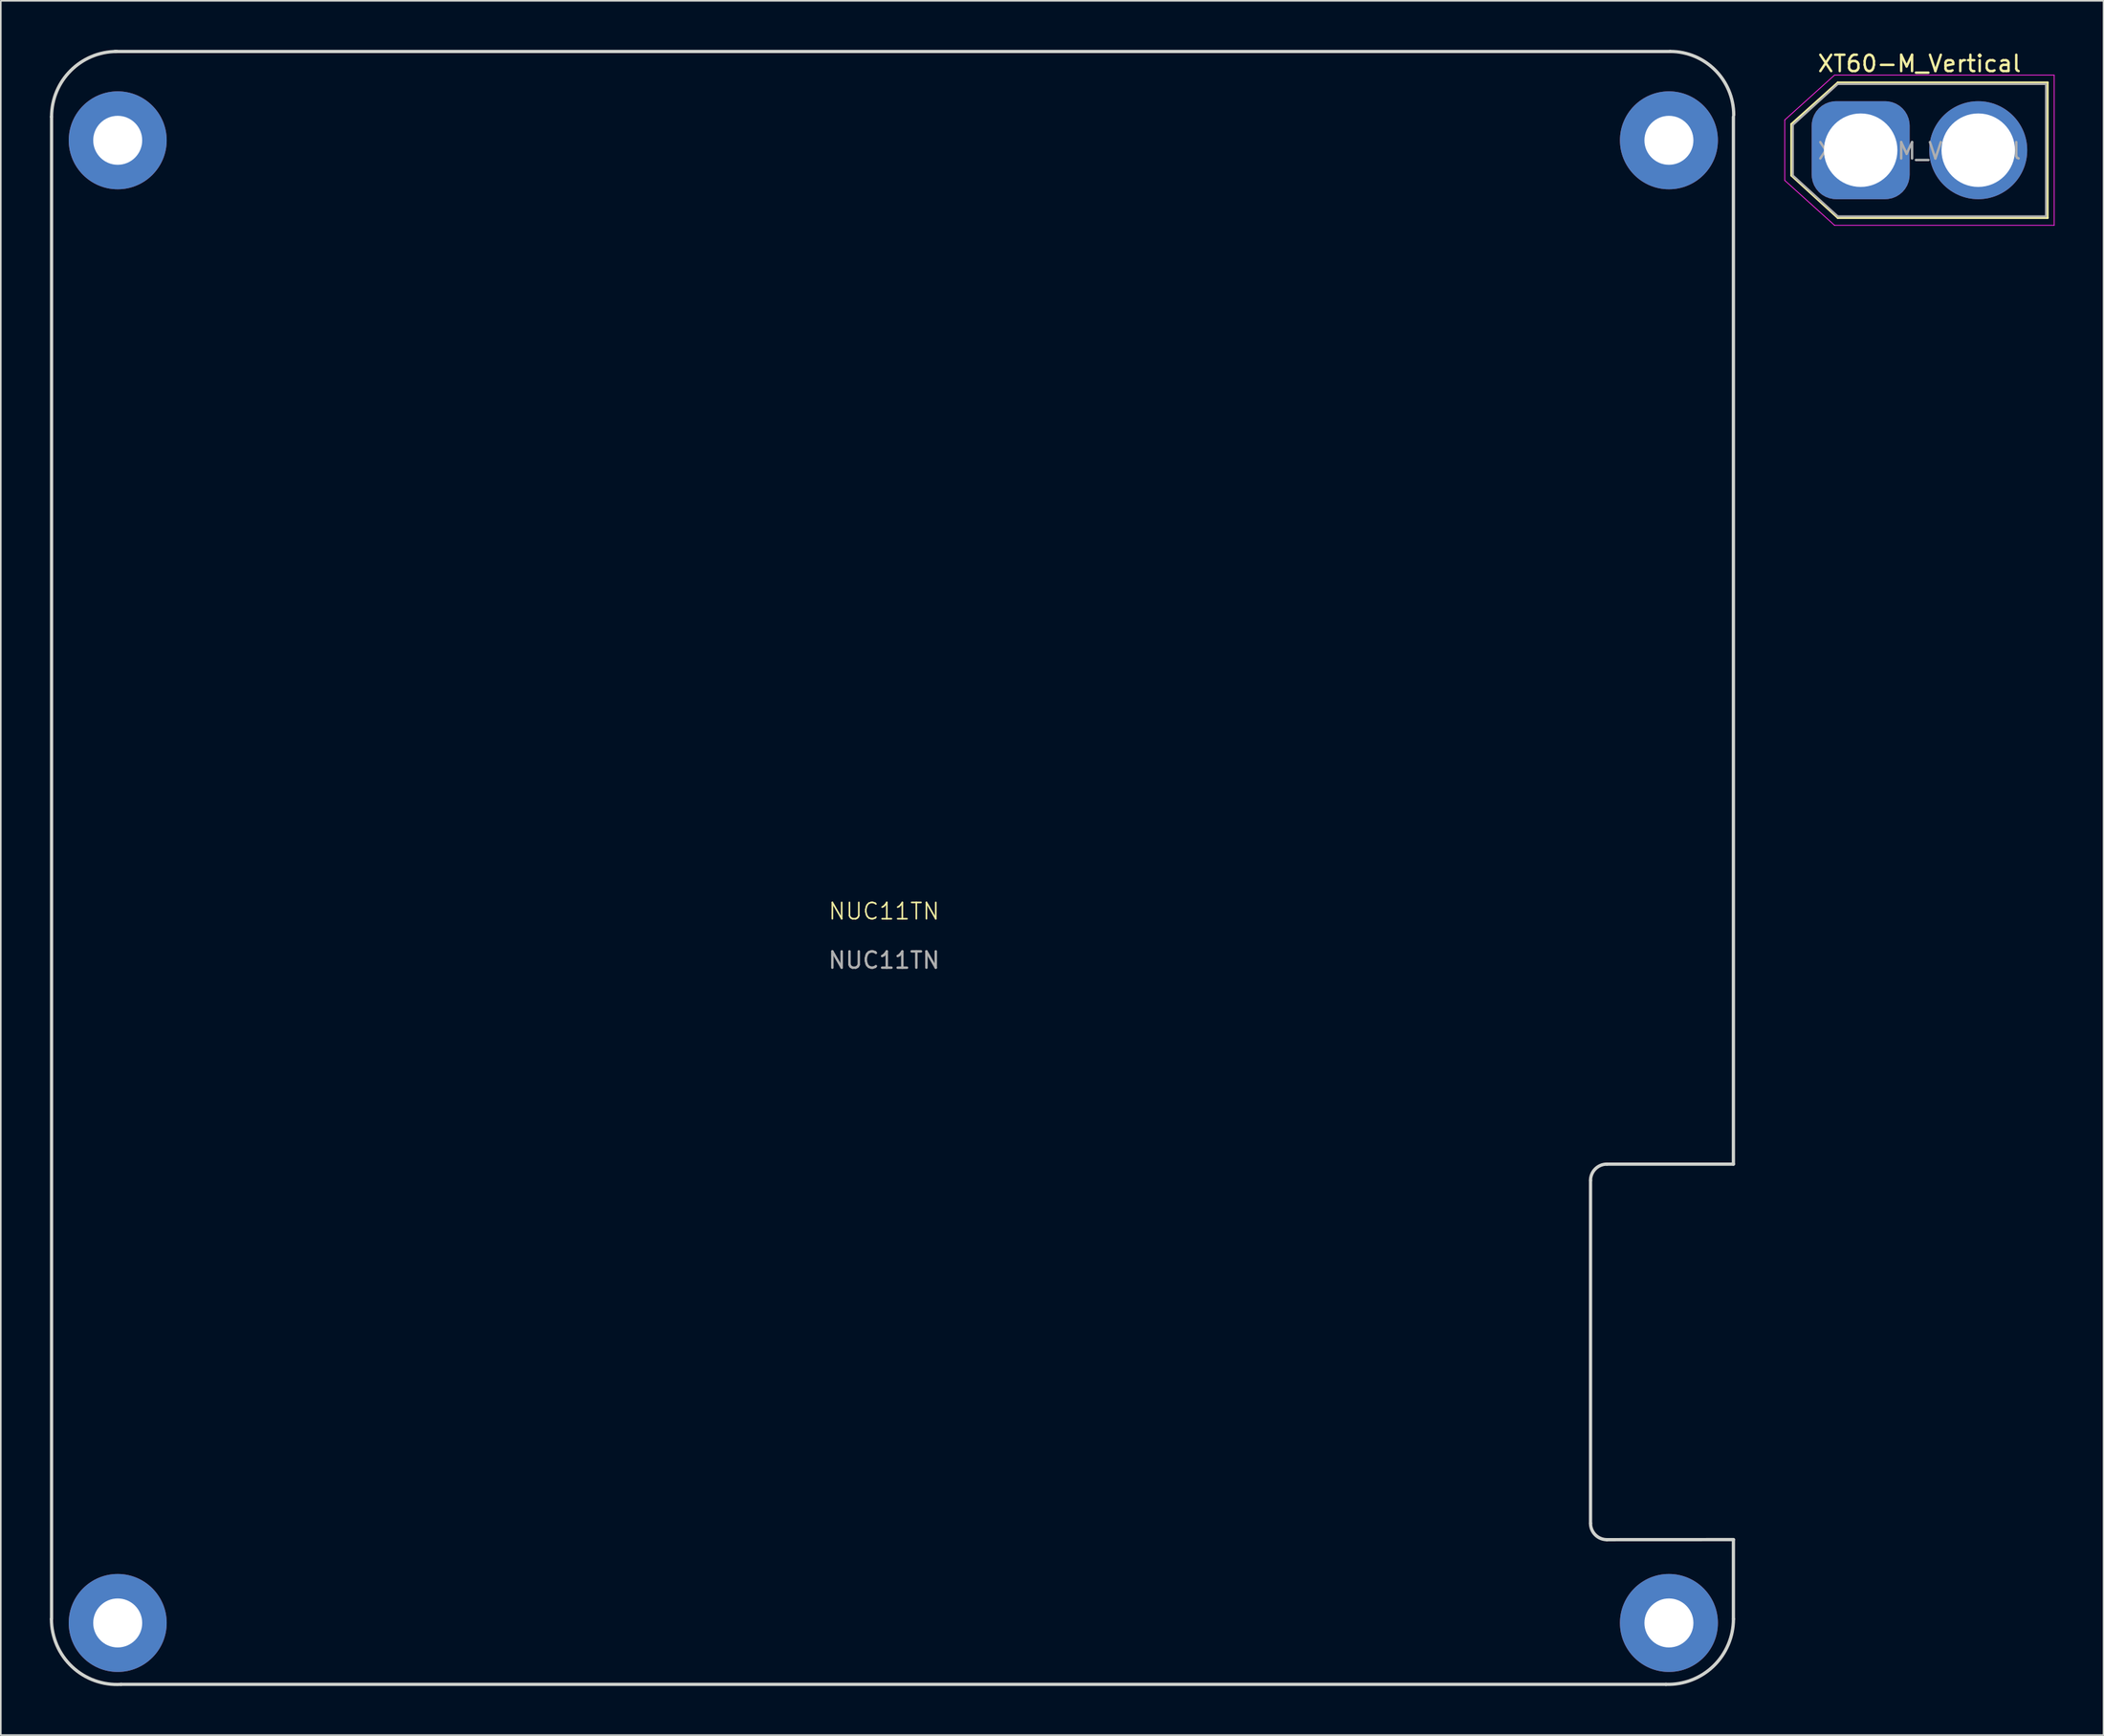
<source format=kicad_pcb>
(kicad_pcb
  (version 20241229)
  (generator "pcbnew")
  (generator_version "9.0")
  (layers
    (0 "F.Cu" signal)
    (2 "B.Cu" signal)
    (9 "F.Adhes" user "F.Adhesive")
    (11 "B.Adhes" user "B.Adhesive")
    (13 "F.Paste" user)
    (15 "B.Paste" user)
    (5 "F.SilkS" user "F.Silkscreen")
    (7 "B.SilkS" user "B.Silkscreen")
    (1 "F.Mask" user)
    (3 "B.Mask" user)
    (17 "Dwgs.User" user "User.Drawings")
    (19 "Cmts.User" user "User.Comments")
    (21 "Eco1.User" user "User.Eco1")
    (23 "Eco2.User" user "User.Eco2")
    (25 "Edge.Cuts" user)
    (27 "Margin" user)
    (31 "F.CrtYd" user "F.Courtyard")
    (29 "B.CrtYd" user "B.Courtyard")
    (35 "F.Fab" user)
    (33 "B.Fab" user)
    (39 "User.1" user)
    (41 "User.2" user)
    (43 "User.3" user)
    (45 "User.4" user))
  (footprint "XT60-M_Vertical"
    (layer "F.Cu")
    (at 110.902 6.148)
    (property "Reference" "XT60-M_Vertical" (at 3.6 -5.3 180) (layer "F.SilkS") (effects (font (size 1 1) (thickness 0.15))))
    (attr through_hole)
    (fp_line (start -4.25 -1.6) (end -4.25 1.55) (stroke (width 0.12) (type solid)) (layer "F.SilkS"))
    (fp_line (start -4.25 1.55) (end -1.4 4.15) (stroke (width 0.12) (type solid)) (layer "F.SilkS"))
    (fp_line (start -1.4 -4.15) (end -4.25 -1.6) (stroke (width 0.12) (type solid)) (layer "F.SilkS"))
    (fp_line (start -1.4 4.15) (end 11.45 4.15) (stroke (width 0.12) (type solid)) (layer "F.SilkS"))
    (fp_line (start 11.45 -4.15) (end -1.4 -4.15) (stroke (width 0.12) (type solid)) (layer "F.SilkS"))
    (fp_line (start 11.45 4.15) (end 11.45 -4.15) (stroke (width 0.12) (type solid)) (layer "F.SilkS"))
    (fp_line (start -4.65 -1.85) (end -1.6 -4.6) (stroke (width 0.05) (type solid)) (layer "F.CrtYd"))
    (fp_line (start -4.65 1.85) (end -4.65 -1.85) (stroke (width 0.05) (type solid)) (layer "F.CrtYd"))
    (fp_line (start -1.6 -4.6) (end 11.85 -4.6) (stroke (width 0.05) (type solid)) (layer "F.CrtYd"))
    (fp_line (start -1.6 4.6) (end -4.65 1.85) (stroke (width 0.05) (type solid)) (layer "F.CrtYd"))
    (fp_line (start 11.85 -4.6) (end 11.85 4.6) (stroke (width 0.05) (type solid)) (layer "F.CrtYd"))
    (fp_line (start 11.85 4.6) (end -1.6 4.6) (stroke (width 0.05) (type solid)) (layer "F.CrtYd"))
    (fp_line (start -4.15 -1.55) (end -4.15 1.55) (stroke (width 0.12) (type solid)) (layer "F.Fab"))
    (fp_line (start -4.15 1.55) (end -1.4 4.05) (stroke (width 0.12) (type solid)) (layer "F.Fab"))
    (fp_line (start -1.4 -4.05) (end -4.15 -1.55) (stroke (width 0.12) (type solid)) (layer "F.Fab"))
    (fp_line (start -1.4 4.05) (end 11.35 4.05) (stroke (width 0.12) (type solid)) (layer "F.Fab"))
    (fp_line (start 11.35 -4.05) (end -1.4 -4.05) (stroke (width 0.12) (type solid)) (layer "F.Fab"))
    (fp_line (start 11.35 4.05) (end 11.35 -4.05) (stroke (width 0.12) (type solid)) (layer "F.Fab"))
    (fp_text user "${REFERENCE}" (at 3.6 0.05 0) (layer "F.Fab") (effects (font (size 1 1) (thickness 0.15))))
    (pad "N" thru_hole roundrect (at 0 0) (size 6 6) (drill 4.5) (layers "*.Cu" "*.Mask") (roundrect_rratio 0.25))
    (pad "P" thru_hole circle (at 7.2 0) (size 6 6) (drill 4.5) (layers "*.Cu" "*.Mask")))
  (footprint "NUC11TN"
    (layer "F.Cu")
    (at 51.092 53.258)
    (property "Reference" "NUC11TN" (at 0 -0.5 0) (unlocked yes) (layer "F.SilkS") (effects (font (size 1 1) (thickness 0.1))))
    (fp_line (start -50.984 42.845) (end -50.984 -49.155) (stroke (width 0.2) (type default)) (layer "Edge.Cuts"))
    (fp_line (start -47.109 -53.155) (end 48.145 -53.155) (stroke (width 0.2) (type default)) (layer "Edge.Cuts"))
    (fp_line (start 43.267 15.985) (end 43.267 36.984) (stroke (width 0.2) (type default)) (layer "Edge.Cuts"))
    (fp_line (start 44.267 14.985) (end 52.016 14.985) (stroke (width 0.2) (type default)) (layer "Edge.Cuts"))
    (fp_line (start 44.268 37.984) (end 52.016 37.98) (stroke (width 0.2) (type default)) (layer "Edge.Cuts"))
    (fp_line (start 47.887 46.845) (end -46.728 46.845) (stroke (width 0.2) (type default)) (layer "Edge.Cuts"))
    (fp_line (start 52.016 -49.155) (end 52.016 14.985) (stroke (width 0.2) (type default)) (layer "Edge.Cuts"))
    (fp_line (start 52.016 42.845) (end 52.016 37.98) (stroke (width 0.2) (type default)) (layer "Edge.Cuts"))
    (fp_arc (start -50.983915 -49.155144) (mid -49.812342 -51.983571) (end -46.983915 -53.155144) (stroke (width 0.2) (type default)) (layer "Edge.Cuts"))
    (fp_arc (start -46.727915 46.844854) (mid -49.726124 45.768177) (end -50.992097 42.844856) (stroke (width 0.2) (type default)) (layer "Edge.Cuts"))
    (fp_arc (start 43.267085 15.984856) (mid 43.559978 15.277749) (end 44.267085 14.984856) (stroke (width 0.2) (type default)) (layer "Edge.Cuts"))
    (fp_arc (start 44.267678 37.984263) (mid 43.560186 37.691581) (end 43.267085 36.984263) (stroke (width 0.2) (type default)) (layer "Edge.Cuts"))
    (fp_arc (start 48.141085 -53.157592) (mid 50.895541 -52.016146) (end 52.035255 -49.260973) (stroke (width 0.2) (type default)) (layer "Edge.Cuts"))
    (fp_arc (start 52.018164 42.844856) (mid 50.8 45.72) (end 47.887085 46.844855) (stroke (width 0.2) (type default)) (layer "Edge.Cuts"))
    (fp_text user "${REFERENCE}" (at 0 2.5 0) (unlocked yes) (layer "F.Fab") (effects (font (size 1 1) (thickness 0.15))))
    (pad "1" thru_hole circle (at -46.933 -47.715) (size 6 6) (drill 3) (layers "*.Cu" "*.Mask"))
    (pad "1" thru_hole circle (at -46.933 43.085) (size 6 6) (drill 3) (layers "*.Cu" "*.Mask"))
    (pad "1" thru_hole circle (at 48.067 -47.715) (size 6 6) (drill 3) (layers "*.Cu" "*.Mask"))
    (pad "1" thru_hole circle (at 48.067 43.085) (size 6 6) (drill 3) (layers "*.Cu" "*.Mask")))
  (gr_rect
    (start -3 -3)
    (end 125.777 103.211)
    (stroke (width 0.1) (type default))
    (fill no)
    (layer "Edge.Cuts")))
</source>
